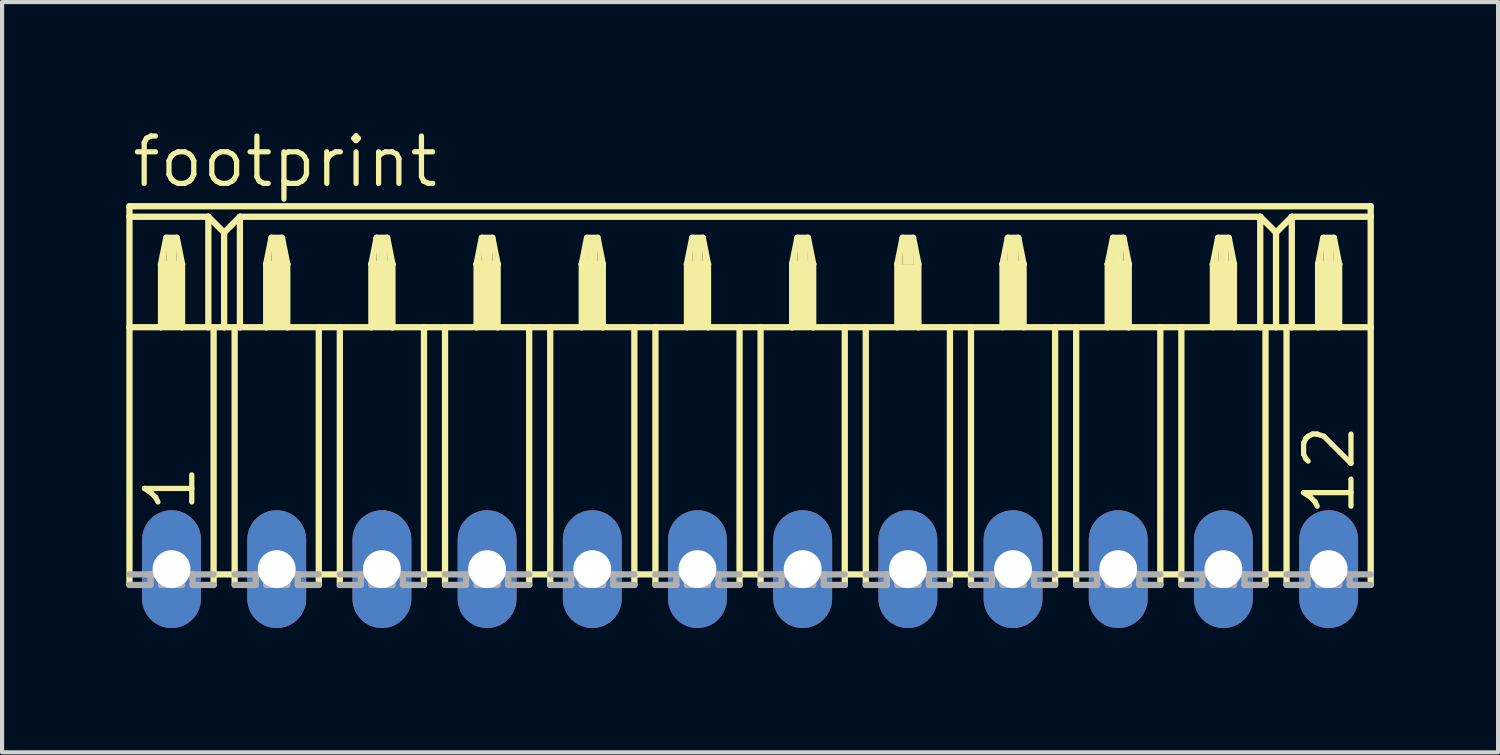
<source format=kicad_pcb>
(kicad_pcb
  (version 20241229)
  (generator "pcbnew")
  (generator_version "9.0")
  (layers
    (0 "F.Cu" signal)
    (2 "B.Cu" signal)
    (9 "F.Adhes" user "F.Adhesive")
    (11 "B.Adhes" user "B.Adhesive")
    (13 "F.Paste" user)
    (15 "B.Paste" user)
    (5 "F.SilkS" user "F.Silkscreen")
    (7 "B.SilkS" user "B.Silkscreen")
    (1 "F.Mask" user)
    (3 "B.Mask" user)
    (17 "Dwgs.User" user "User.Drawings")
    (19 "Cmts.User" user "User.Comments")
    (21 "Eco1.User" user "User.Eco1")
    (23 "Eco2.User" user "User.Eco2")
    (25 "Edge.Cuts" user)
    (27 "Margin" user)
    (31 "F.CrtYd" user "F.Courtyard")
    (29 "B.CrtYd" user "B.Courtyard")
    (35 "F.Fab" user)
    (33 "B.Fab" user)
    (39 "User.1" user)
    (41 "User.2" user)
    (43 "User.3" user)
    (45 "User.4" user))
  (footprint "footprint"
    (layer "F.Cu")
    (at 15.062 10.693)
    (property "Reference" "footprint" (at -14.986 -9.169 0) (layer "F.SilkS") (effects (font (size 1.143 1.143) (thickness 0.127)) (justify left bottom)))
    (fp_line (start -14.986 -8.763) (end -14.986 -8.509) (stroke (width 0.152) (type solid)) (layer "F.SilkS"))
    (fp_line (start -14.986 -8.763) (end 14.986 -8.763) (stroke (width 0.152) (type solid)) (layer "F.SilkS"))
    (fp_line (start -14.986 -8.509) (end -14.986 -5.842) (stroke (width 0.152) (type solid)) (layer "F.SilkS"))
    (fp_line (start -14.986 -8.509) (end -13.081 -8.509) (stroke (width 0.152) (type solid)) (layer "F.SilkS"))
    (fp_line (start -14.986 -5.842) (end -14.986 0.381) (stroke (width 0.152) (type solid)) (layer "F.SilkS"))
    (fp_line (start -14.986 -5.842) (end -14.224 -5.842) (stroke (width 0.152) (type solid)) (layer "F.SilkS"))
    (fp_line (start -14.224 -7.366) (end -14.224 -5.842) (stroke (width 0.152) (type solid)) (layer "F.SilkS"))
    (fp_line (start -14.224 -7.366) (end -14.097 -8.001) (stroke (width 0.152) (type solid)) (layer "F.SilkS"))
    (fp_line (start -14.224 -5.842) (end -13.716 -5.842) (stroke (width 0.152) (type solid)) (layer "F.SilkS"))
    (fp_line (start -14.097 -8.001) (end -13.843 -8.001) (stroke (width 0.152) (type solid)) (layer "F.SilkS"))
    (fp_line (start -13.843 -8.001) (end -13.716 -7.366) (stroke (width 0.152) (type solid)) (layer "F.SilkS"))
    (fp_line (start -13.716 -7.366) (end -14.224 -7.366) (stroke (width 0.152) (type solid)) (layer "F.SilkS"))
    (fp_line (start -13.716 -7.366) (end -13.716 -5.842) (stroke (width 0.152) (type solid)) (layer "F.SilkS"))
    (fp_line (start -13.716 -5.842) (end -13.081 -5.842) (stroke (width 0.152) (type solid)) (layer "F.SilkS"))
    (fp_line (start -13.081 -8.509) (end -13.081 -5.842) (stroke (width 0.152) (type solid)) (layer "F.SilkS"))
    (fp_line (start -13.081 -8.509) (end -12.7 -8.128) (stroke (width 0.152) (type solid)) (layer "F.SilkS"))
    (fp_line (start -13.081 -5.842) (end -12.954 -5.842) (stroke (width 0.152) (type solid)) (layer "F.SilkS"))
    (fp_line (start -12.954 -5.842) (end -12.954 0.127) (stroke (width 0.152) (type solid)) (layer "F.SilkS"))
    (fp_line (start -12.954 -5.842) (end -12.7 -5.842) (stroke (width 0.152) (type solid)) (layer "F.SilkS"))
    (fp_line (start -12.954 0.127) (end -12.954 0.381) (stroke (width 0.152) (type solid)) (layer "F.SilkS"))
    (fp_line (start -12.7 -8.128) (end -12.7 -5.842) (stroke (width 0.152) (type solid)) (layer "F.SilkS"))
    (fp_line (start -12.7 -8.128) (end -12.319 -8.509) (stroke (width 0.152) (type solid)) (layer "F.SilkS"))
    (fp_line (start -12.7 -5.842) (end -12.446 -5.842) (stroke (width 0.152) (type solid)) (layer "F.SilkS"))
    (fp_line (start -12.446 -5.842) (end -12.446 0.127) (stroke (width 0.152) (type solid)) (layer "F.SilkS"))
    (fp_line (start -12.446 -5.842) (end -12.319 -5.842) (stroke (width 0.152) (type solid)) (layer "F.SilkS"))
    (fp_line (start -12.446 0.127) (end -12.954 0.127) (stroke (width 0.152) (type solid)) (layer "F.SilkS"))
    (fp_line (start -12.446 0.127) (end -12.446 0.381) (stroke (width 0.152) (type solid)) (layer "F.SilkS"))
    (fp_line (start -12.319 -8.509) (end -12.319 -5.842) (stroke (width 0.152) (type solid)) (layer "F.SilkS"))
    (fp_line (start -12.319 -8.509) (end 12.319 -8.509) (stroke (width 0.152) (type solid)) (layer "F.SilkS"))
    (fp_line (start -12.319 -5.842) (end -11.684 -5.842) (stroke (width 0.152) (type solid)) (layer "F.SilkS"))
    (fp_line (start -11.684 -7.366) (end -11.684 -5.842) (stroke (width 0.152) (type solid)) (layer "F.SilkS"))
    (fp_line (start -11.684 -7.366) (end -11.557 -8.001) (stroke (width 0.152) (type solid)) (layer "F.SilkS"))
    (fp_line (start -11.684 -5.842) (end -11.176 -5.842) (stroke (width 0.152) (type solid)) (layer "F.SilkS"))
    (fp_line (start -11.557 -8.001) (end -11.303 -8.001) (stroke (width 0.152) (type solid)) (layer "F.SilkS"))
    (fp_line (start -11.303 -8.001) (end -11.176 -7.366) (stroke (width 0.152) (type solid)) (layer "F.SilkS"))
    (fp_line (start -11.176 -7.366) (end -11.684 -7.366) (stroke (width 0.152) (type solid)) (layer "F.SilkS"))
    (fp_line (start -11.176 -7.366) (end -11.176 -5.842) (stroke (width 0.152) (type solid)) (layer "F.SilkS"))
    (fp_line (start -11.176 -5.842) (end -10.414 -5.842) (stroke (width 0.152) (type solid)) (layer "F.SilkS"))
    (fp_line (start -10.414 -5.842) (end -10.414 0.127) (stroke (width 0.152) (type solid)) (layer "F.SilkS"))
    (fp_line (start -10.414 -5.842) (end -9.906 -5.842) (stroke (width 0.152) (type solid)) (layer "F.SilkS"))
    (fp_line (start -10.414 0.127) (end -10.414 0.381) (stroke (width 0.152) (type solid)) (layer "F.SilkS"))
    (fp_line (start -9.906 -5.842) (end -9.906 0.127) (stroke (width 0.152) (type solid)) (layer "F.SilkS"))
    (fp_line (start -9.906 -5.842) (end -9.144 -5.842) (stroke (width 0.152) (type solid)) (layer "F.SilkS"))
    (fp_line (start -9.906 0.127) (end -10.414 0.127) (stroke (width 0.152) (type solid)) (layer "F.SilkS"))
    (fp_line (start -9.906 0.127) (end -9.906 0.381) (stroke (width 0.152) (type solid)) (layer "F.SilkS"))
    (fp_line (start -9.144 -7.366) (end -9.144 -5.842) (stroke (width 0.152) (type solid)) (layer "F.SilkS"))
    (fp_line (start -9.144 -7.366) (end -9.017 -8.001) (stroke (width 0.152) (type solid)) (layer "F.SilkS"))
    (fp_line (start -9.144 -5.842) (end -8.636 -5.842) (stroke (width 0.152) (type solid)) (layer "F.SilkS"))
    (fp_line (start -9.017 -8.001) (end -8.763 -8.001) (stroke (width 0.152) (type solid)) (layer "F.SilkS"))
    (fp_line (start -8.763 -8.001) (end -8.636 -7.366) (stroke (width 0.152) (type solid)) (layer "F.SilkS"))
    (fp_line (start -8.636 -7.366) (end -9.144 -7.366) (stroke (width 0.152) (type solid)) (layer "F.SilkS"))
    (fp_line (start -8.636 -7.366) (end -8.636 -5.842) (stroke (width 0.152) (type solid)) (layer "F.SilkS"))
    (fp_line (start -8.636 -5.842) (end -7.874 -5.842) (stroke (width 0.152) (type solid)) (layer "F.SilkS"))
    (fp_line (start -7.874 -5.842) (end -7.874 0.127) (stroke (width 0.152) (type solid)) (layer "F.SilkS"))
    (fp_line (start -7.874 -5.842) (end -7.366 -5.842) (stroke (width 0.152) (type solid)) (layer "F.SilkS"))
    (fp_line (start -7.874 0.127) (end -7.874 0.381) (stroke (width 0.152) (type solid)) (layer "F.SilkS"))
    (fp_line (start -7.366 -5.842) (end -7.366 0.127) (stroke (width 0.152) (type solid)) (layer "F.SilkS"))
    (fp_line (start -7.366 -5.842) (end -6.604 -5.842) (stroke (width 0.152) (type solid)) (layer "F.SilkS"))
    (fp_line (start -7.366 0.127) (end -7.874 0.127) (stroke (width 0.152) (type solid)) (layer "F.SilkS"))
    (fp_line (start -7.366 0.127) (end -7.366 0.381) (stroke (width 0.152) (type solid)) (layer "F.SilkS"))
    (fp_line (start -6.604 -7.366) (end -6.604 -5.842) (stroke (width 0.152) (type solid)) (layer "F.SilkS"))
    (fp_line (start -6.604 -7.366) (end -6.477 -8.001) (stroke (width 0.152) (type solid)) (layer "F.SilkS"))
    (fp_line (start -6.604 -5.842) (end -6.096 -5.842) (stroke (width 0.152) (type solid)) (layer "F.SilkS"))
    (fp_line (start -6.477 -8.001) (end -6.223 -8.001) (stroke (width 0.152) (type solid)) (layer "F.SilkS"))
    (fp_line (start -6.223 -8.001) (end -6.096 -7.366) (stroke (width 0.152) (type solid)) (layer "F.SilkS"))
    (fp_line (start -6.096 -7.366) (end -6.604 -7.366) (stroke (width 0.152) (type solid)) (layer "F.SilkS"))
    (fp_line (start -6.096 -7.366) (end -6.096 -5.842) (stroke (width 0.152) (type solid)) (layer "F.SilkS"))
    (fp_line (start -6.096 -5.842) (end -5.334 -5.842) (stroke (width 0.152) (type solid)) (layer "F.SilkS"))
    (fp_line (start -5.334 -5.842) (end -5.334 0.127) (stroke (width 0.152) (type solid)) (layer "F.SilkS"))
    (fp_line (start -5.334 -5.842) (end -4.826 -5.842) (stroke (width 0.152) (type solid)) (layer "F.SilkS"))
    (fp_line (start -5.334 0.127) (end -5.334 0.381) (stroke (width 0.152) (type solid)) (layer "F.SilkS"))
    (fp_line (start -4.826 -5.842) (end -4.826 0.127) (stroke (width 0.152) (type solid)) (layer "F.SilkS"))
    (fp_line (start -4.826 -5.842) (end -4.064 -5.842) (stroke (width 0.152) (type solid)) (layer "F.SilkS"))
    (fp_line (start -4.826 0.127) (end -5.334 0.127) (stroke (width 0.152) (type solid)) (layer "F.SilkS"))
    (fp_line (start -4.826 0.127) (end -4.826 0.381) (stroke (width 0.152) (type solid)) (layer "F.SilkS"))
    (fp_line (start -4.064 -7.366) (end -4.064 -5.842) (stroke (width 0.152) (type solid)) (layer "F.SilkS"))
    (fp_line (start -4.064 -7.366) (end -3.937 -8.001) (stroke (width 0.152) (type solid)) (layer "F.SilkS"))
    (fp_line (start -4.064 -5.842) (end -3.556 -5.842) (stroke (width 0.152) (type solid)) (layer "F.SilkS"))
    (fp_line (start -3.937 -8.001) (end -3.683 -8.001) (stroke (width 0.152) (type solid)) (layer "F.SilkS"))
    (fp_line (start -3.683 -8.001) (end -3.556 -7.366) (stroke (width 0.152) (type solid)) (layer "F.SilkS"))
    (fp_line (start -3.556 -7.366) (end -4.064 -7.366) (stroke (width 0.152) (type solid)) (layer "F.SilkS"))
    (fp_line (start -3.556 -7.366) (end -3.556 -5.842) (stroke (width 0.152) (type solid)) (layer "F.SilkS"))
    (fp_line (start -3.556 -5.842) (end -2.794 -5.842) (stroke (width 0.152) (type solid)) (layer "F.SilkS"))
    (fp_line (start -2.794 -5.842) (end -2.794 0.127) (stroke (width 0.152) (type solid)) (layer "F.SilkS"))
    (fp_line (start -2.794 -5.842) (end -2.286 -5.842) (stroke (width 0.152) (type solid)) (layer "F.SilkS"))
    (fp_line (start -2.794 0.127) (end -2.794 0.381) (stroke (width 0.152) (type solid)) (layer "F.SilkS"))
    (fp_line (start -2.286 -5.842) (end -2.286 0.127) (stroke (width 0.152) (type solid)) (layer "F.SilkS"))
    (fp_line (start -2.286 -5.842) (end -1.524 -5.842) (stroke (width 0.152) (type solid)) (layer "F.SilkS"))
    (fp_line (start -2.286 0.127) (end -2.794 0.127) (stroke (width 0.152) (type solid)) (layer "F.SilkS"))
    (fp_line (start -2.286 0.127) (end -2.286 0.381) (stroke (width 0.152) (type solid)) (layer "F.SilkS"))
    (fp_line (start -1.524 -7.366) (end -1.524 -5.842) (stroke (width 0.152) (type solid)) (layer "F.SilkS"))
    (fp_line (start -1.524 -7.366) (end -1.397 -8.001) (stroke (width 0.152) (type solid)) (layer "F.SilkS"))
    (fp_line (start -1.524 -5.842) (end -1.016 -5.842) (stroke (width 0.152) (type solid)) (layer "F.SilkS"))
    (fp_line (start -1.397 -8.001) (end -1.143 -8.001) (stroke (width 0.152) (type solid)) (layer "F.SilkS"))
    (fp_line (start -1.143 -8.001) (end -1.016 -7.366) (stroke (width 0.152) (type solid)) (layer "F.SilkS"))
    (fp_line (start -1.016 -7.366) (end -1.524 -7.366) (stroke (width 0.152) (type solid)) (layer "F.SilkS"))
    (fp_line (start -1.016 -7.366) (end -1.016 -5.842) (stroke (width 0.152) (type solid)) (layer "F.SilkS"))
    (fp_line (start -1.016 -5.842) (end -0.254 -5.842) (stroke (width 0.152) (type solid)) (layer "F.SilkS"))
    (fp_line (start -0.254 -5.842) (end -0.254 0.127) (stroke (width 0.152) (type solid)) (layer "F.SilkS"))
    (fp_line (start -0.254 -5.842) (end 0.254 -5.842) (stroke (width 0.152) (type solid)) (layer "F.SilkS"))
    (fp_line (start -0.254 0.127) (end -0.254 0.381) (stroke (width 0.152) (type solid)) (layer "F.SilkS"))
    (fp_line (start 0.254 -5.842) (end 0.254 0.127) (stroke (width 0.152) (type solid)) (layer "F.SilkS"))
    (fp_line (start 0.254 -5.842) (end 1.016 -5.842) (stroke (width 0.152) (type solid)) (layer "F.SilkS"))
    (fp_line (start 0.254 0.127) (end -0.254 0.127) (stroke (width 0.152) (type solid)) (layer "F.SilkS"))
    (fp_line (start 0.254 0.127) (end 0.254 0.381) (stroke (width 0.152) (type solid)) (layer "F.SilkS"))
    (fp_line (start 1.016 -7.366) (end 1.016 -5.842) (stroke (width 0.152) (type solid)) (layer "F.SilkS"))
    (fp_line (start 1.016 -7.366) (end 1.143 -8.001) (stroke (width 0.152) (type solid)) (layer "F.SilkS"))
    (fp_line (start 1.016 -5.842) (end 1.524 -5.842) (stroke (width 0.152) (type solid)) (layer "F.SilkS"))
    (fp_line (start 1.143 -8.001) (end 1.397 -8.001) (stroke (width 0.152) (type solid)) (layer "F.SilkS"))
    (fp_line (start 1.397 -8.001) (end 1.524 -7.366) (stroke (width 0.152) (type solid)) (layer "F.SilkS"))
    (fp_line (start 1.524 -7.366) (end 1.016 -7.366) (stroke (width 0.152) (type solid)) (layer "F.SilkS"))
    (fp_line (start 1.524 -7.366) (end 1.524 -5.842) (stroke (width 0.152) (type solid)) (layer "F.SilkS"))
    (fp_line (start 1.524 -5.842) (end 2.286 -5.842) (stroke (width 0.152) (type solid)) (layer "F.SilkS"))
    (fp_line (start 2.286 -5.842) (end 2.286 0.127) (stroke (width 0.152) (type solid)) (layer "F.SilkS"))
    (fp_line (start 2.286 -5.842) (end 2.794 -5.842) (stroke (width 0.152) (type solid)) (layer "F.SilkS"))
    (fp_line (start 2.286 0.127) (end 2.286 0.381) (stroke (width 0.152) (type solid)) (layer "F.SilkS"))
    (fp_line (start 2.794 -5.842) (end 2.794 0.127) (stroke (width 0.152) (type solid)) (layer "F.SilkS"))
    (fp_line (start 2.794 -5.842) (end 3.556 -5.842) (stroke (width 0.152) (type solid)) (layer "F.SilkS"))
    (fp_line (start 2.794 0.127) (end 2.286 0.127) (stroke (width 0.152) (type solid)) (layer "F.SilkS"))
    (fp_line (start 2.794 0.127) (end 2.794 0.381) (stroke (width 0.152) (type solid)) (layer "F.SilkS"))
    (fp_line (start 3.556 -7.366) (end 3.556 -5.842) (stroke (width 0.152) (type solid)) (layer "F.SilkS"))
    (fp_line (start 3.556 -7.366) (end 3.683 -8.001) (stroke (width 0.152) (type solid)) (layer "F.SilkS"))
    (fp_line (start 3.556 -5.842) (end 4.064 -5.842) (stroke (width 0.152) (type solid)) (layer "F.SilkS"))
    (fp_line (start 3.683 -8.001) (end 3.937 -8.001) (stroke (width 0.152) (type solid)) (layer "F.SilkS"))
    (fp_line (start 3.937 -8.001) (end 4.064 -7.366) (stroke (width 0.152) (type solid)) (layer "F.SilkS"))
    (fp_line (start 4.064 -7.366) (end 4.064 -5.842) (stroke (width 0.152) (type solid)) (layer "F.SilkS"))
    (fp_line (start 4.064 -5.842) (end 4.826 -5.842) (stroke (width 0.152) (type solid)) (layer "F.SilkS"))
    (fp_line (start 4.826 -5.842) (end 4.826 0.127) (stroke (width 0.152) (type solid)) (layer "F.SilkS"))
    (fp_line (start 4.826 -5.842) (end 7.874 -5.842) (stroke (width 0.152) (type solid)) (layer "F.SilkS"))
    (fp_line (start 4.826 0.127) (end 4.826 0.381) (stroke (width 0.152) (type solid)) (layer "F.SilkS"))
    (fp_line (start 5.334 -5.842) (end 5.334 0.127) (stroke (width 0.152) (type solid)) (layer "F.SilkS"))
    (fp_line (start 5.334 0.127) (end 4.826 0.127) (stroke (width 0.152) (type solid)) (layer "F.SilkS"))
    (fp_line (start 5.334 0.127) (end 5.334 0.381) (stroke (width 0.152) (type solid)) (layer "F.SilkS"))
    (fp_line (start 6.096 -7.366) (end 6.096 -5.842) (stroke (width 0.152) (type solid)) (layer "F.SilkS"))
    (fp_line (start 6.096 -7.366) (end 6.223 -8.001) (stroke (width 0.152) (type solid)) (layer "F.SilkS"))
    (fp_line (start 6.223 -8.001) (end 6.477 -8.001) (stroke (width 0.152) (type solid)) (layer "F.SilkS"))
    (fp_line (start 6.477 -8.001) (end 6.604 -7.366) (stroke (width 0.152) (type solid)) (layer "F.SilkS"))
    (fp_line (start 6.604 -7.366) (end 6.096 -7.366) (stroke (width 0.152) (type solid)) (layer "F.SilkS"))
    (fp_line (start 6.604 -7.366) (end 6.604 -5.842) (stroke (width 0.152) (type solid)) (layer "F.SilkS"))
    (fp_line (start 7.366 -5.842) (end 7.366 0.127) (stroke (width 0.152) (type solid)) (layer "F.SilkS"))
    (fp_line (start 7.366 0.127) (end 7.366 0.381) (stroke (width 0.152) (type solid)) (layer "F.SilkS"))
    (fp_line (start 7.874 -5.842) (end 7.874 0.127) (stroke (width 0.152) (type solid)) (layer "F.SilkS"))
    (fp_line (start 7.874 -5.842) (end 8.636 -5.842) (stroke (width 0.152) (type solid)) (layer "F.SilkS"))
    (fp_line (start 7.874 0.127) (end 7.366 0.127) (stroke (width 0.152) (type solid)) (layer "F.SilkS"))
    (fp_line (start 7.874 0.127) (end 7.874 0.381) (stroke (width 0.152) (type solid)) (layer "F.SilkS"))
    (fp_line (start 8.636 -7.366) (end 8.636 -5.842) (stroke (width 0.152) (type solid)) (layer "F.SilkS"))
    (fp_line (start 8.636 -7.366) (end 8.763 -8.001) (stroke (width 0.152) (type solid)) (layer "F.SilkS"))
    (fp_line (start 8.636 -5.842) (end 9.144 -5.842) (stroke (width 0.152) (type solid)) (layer "F.SilkS"))
    (fp_line (start 8.763 -8.001) (end 9.017 -8.001) (stroke (width 0.152) (type solid)) (layer "F.SilkS"))
    (fp_line (start 9.017 -8.001) (end 9.144 -7.366) (stroke (width 0.152) (type solid)) (layer "F.SilkS"))
    (fp_line (start 9.144 -7.366) (end 8.636 -7.366) (stroke (width 0.152) (type solid)) (layer "F.SilkS"))
    (fp_line (start 9.144 -7.366) (end 9.144 -5.842) (stroke (width 0.152) (type solid)) (layer "F.SilkS"))
    (fp_line (start 9.144 -5.842) (end 9.906 -5.842) (stroke (width 0.152) (type solid)) (layer "F.SilkS"))
    (fp_line (start 9.906 -5.842) (end 9.906 0.127) (stroke (width 0.152) (type solid)) (layer "F.SilkS"))
    (fp_line (start 9.906 -5.842) (end 12.319 -5.842) (stroke (width 0.152) (type solid)) (layer "F.SilkS"))
    (fp_line (start 9.906 0.127) (end 9.906 0.381) (stroke (width 0.152) (type solid)) (layer "F.SilkS"))
    (fp_line (start 10.414 -5.842) (end 10.414 0.127) (stroke (width 0.152) (type solid)) (layer "F.SilkS"))
    (fp_line (start 10.414 0.127) (end 9.906 0.127) (stroke (width 0.152) (type solid)) (layer "F.SilkS"))
    (fp_line (start 10.414 0.127) (end 10.414 0.381) (stroke (width 0.152) (type solid)) (layer "F.SilkS"))
    (fp_line (start 11.176 -7.366) (end 11.176 -5.842) (stroke (width 0.152) (type solid)) (layer "F.SilkS"))
    (fp_line (start 11.176 -7.366) (end 11.303 -8.001) (stroke (width 0.152) (type solid)) (layer "F.SilkS"))
    (fp_line (start 11.303 -8.001) (end 11.557 -8.001) (stroke (width 0.152) (type solid)) (layer "F.SilkS"))
    (fp_line (start 11.557 -8.001) (end 11.684 -7.366) (stroke (width 0.152) (type solid)) (layer "F.SilkS"))
    (fp_line (start 11.684 -7.366) (end 11.176 -7.366) (stroke (width 0.152) (type solid)) (layer "F.SilkS"))
    (fp_line (start 11.684 -7.366) (end 11.684 -5.842) (stroke (width 0.152) (type solid)) (layer "F.SilkS"))
    (fp_line (start 12.319 -8.509) (end 12.319 -5.842) (stroke (width 0.152) (type solid)) (layer "F.SilkS"))
    (fp_line (start 12.319 -8.509) (end 12.7 -8.128) (stroke (width 0.152) (type solid)) (layer "F.SilkS"))
    (fp_line (start 12.319 -5.842) (end 12.446 -5.842) (stroke (width 0.152) (type solid)) (layer "F.SilkS"))
    (fp_line (start 12.446 -5.842) (end 12.446 0.127) (stroke (width 0.152) (type solid)) (layer "F.SilkS"))
    (fp_line (start 12.446 -5.842) (end 12.7 -5.842) (stroke (width 0.152) (type solid)) (layer "F.SilkS"))
    (fp_line (start 12.446 0.127) (end 12.446 0.381) (stroke (width 0.152) (type solid)) (layer "F.SilkS"))
    (fp_line (start 12.7 -8.128) (end 12.7 -5.842) (stroke (width 0.152) (type solid)) (layer "F.SilkS"))
    (fp_line (start 12.7 -8.128) (end 13.081 -8.509) (stroke (width 0.152) (type solid)) (layer "F.SilkS"))
    (fp_line (start 12.7 -5.842) (end 12.954 -5.842) (stroke (width 0.152) (type solid)) (layer "F.SilkS"))
    (fp_line (start 12.954 -5.842) (end 12.954 0.127) (stroke (width 0.152) (type solid)) (layer "F.SilkS"))
    (fp_line (start 12.954 -5.842) (end 13.081 -5.842) (stroke (width 0.152) (type solid)) (layer "F.SilkS"))
    (fp_line (start 12.954 0.127) (end 12.446 0.127) (stroke (width 0.152) (type solid)) (layer "F.SilkS"))
    (fp_line (start 12.954 0.127) (end 12.954 0.381) (stroke (width 0.152) (type solid)) (layer "F.SilkS"))
    (fp_line (start 13.081 -8.509) (end 13.081 -5.842) (stroke (width 0.152) (type solid)) (layer "F.SilkS"))
    (fp_line (start 13.081 -8.509) (end 14.986 -8.509) (stroke (width 0.152) (type solid)) (layer "F.SilkS"))
    (fp_line (start 13.081 -5.842) (end 13.716 -5.842) (stroke (width 0.152) (type solid)) (layer "F.SilkS"))
    (fp_line (start 13.716 -7.366) (end 13.716 -5.842) (stroke (width 0.152) (type solid)) (layer "F.SilkS"))
    (fp_line (start 13.716 -7.366) (end 13.843 -8.001) (stroke (width 0.152) (type solid)) (layer "F.SilkS"))
    (fp_line (start 13.716 -5.842) (end 14.224 -5.842) (stroke (width 0.152) (type solid)) (layer "F.SilkS"))
    (fp_line (start 13.843 -8.001) (end 14.097 -8.001) (stroke (width 0.152) (type solid)) (layer "F.SilkS"))
    (fp_line (start 14.097 -8.001) (end 14.224 -7.366) (stroke (width 0.152) (type solid)) (layer "F.SilkS"))
    (fp_line (start 14.224 -7.366) (end 13.716 -7.366) (stroke (width 0.152) (type solid)) (layer "F.SilkS"))
    (fp_line (start 14.224 -7.366) (end 14.224 -5.842) (stroke (width 0.152) (type solid)) (layer "F.SilkS"))
    (fp_line (start 14.224 -5.842) (end 14.986 -5.842) (stroke (width 0.152) (type solid)) (layer "F.SilkS"))
    (fp_line (start 14.986 -8.509) (end 14.986 -8.763) (stroke (width 0.152) (type solid)) (layer "F.SilkS"))
    (fp_line (start 14.986 -5.842) (end 14.986 -8.509) (stroke (width 0.152) (type solid)) (layer "F.SilkS"))
    (fp_line (start 14.986 -5.842) (end 14.986 0.381) (stroke (width 0.152) (type solid)) (layer "F.SilkS"))
    (fp_poly (pts (xy -14.224 -7.366) (xy -14.097 -7.366) (xy -14.097 -7.62) (xy -14.224 -7.62)) (stroke (width 0) (type solid)) (fill yes) (layer "F.SilkS"))
    (fp_poly (pts (xy -14.224 -5.842) (xy -13.716 -5.842) (xy -13.716 -7.366) (xy -14.224 -7.366)) (stroke (width 0) (type solid)) (fill yes) (layer "F.SilkS"))
    (fp_poly (pts (xy -14.097 -7.366) (xy -13.843 -7.366) (xy -13.843 -8.001) (xy -14.097 -8.001)) (stroke (width 0) (type solid)) (fill yes) (layer "F.SilkS"))
    (fp_poly (pts (xy -13.843 -7.366) (xy -13.716 -7.366) (xy -13.716 -7.62) (xy -13.843 -7.62)) (stroke (width 0) (type solid)) (fill yes) (layer "F.SilkS"))
    (fp_poly (pts (xy -11.684 -7.366) (xy -11.557 -7.366) (xy -11.557 -7.62) (xy -11.684 -7.62)) (stroke (width 0) (type solid)) (fill yes) (layer "F.SilkS"))
    (fp_poly (pts (xy -11.684 -5.842) (xy -11.176 -5.842) (xy -11.176 -7.366) (xy -11.684 -7.366)) (stroke (width 0) (type solid)) (fill yes) (layer "F.SilkS"))
    (fp_poly (pts (xy -11.557 -7.366) (xy -11.303 -7.366) (xy -11.303 -8.001) (xy -11.557 -8.001)) (stroke (width 0) (type solid)) (fill yes) (layer "F.SilkS"))
    (fp_poly (pts (xy -11.303 -7.366) (xy -11.176 -7.366) (xy -11.176 -7.62) (xy -11.303 -7.62)) (stroke (width 0) (type solid)) (fill yes) (layer "F.SilkS"))
    (fp_poly (pts (xy -9.144 -7.366) (xy -9.017 -7.366) (xy -9.017 -7.62) (xy -9.144 -7.62)) (stroke (width 0) (type solid)) (fill yes) (layer "F.SilkS"))
    (fp_poly (pts (xy -9.144 -5.842) (xy -8.636 -5.842) (xy -8.636 -7.366) (xy -9.144 -7.366)) (stroke (width 0) (type solid)) (fill yes) (layer "F.SilkS"))
    (fp_poly (pts (xy -9.017 -7.366) (xy -8.763 -7.366) (xy -8.763 -8.001) (xy -9.017 -8.001)) (stroke (width 0) (type solid)) (fill yes) (layer "F.SilkS"))
    (fp_poly (pts (xy -8.763 -7.366) (xy -8.636 -7.366) (xy -8.636 -7.62) (xy -8.763 -7.62)) (stroke (width 0) (type solid)) (fill yes) (layer "F.SilkS"))
    (fp_poly (pts (xy -6.604 -7.366) (xy -6.477 -7.366) (xy -6.477 -7.62) (xy -6.604 -7.62)) (stroke (width 0) (type solid)) (fill yes) (layer "F.SilkS"))
    (fp_poly (pts (xy -6.604 -5.842) (xy -6.096 -5.842) (xy -6.096 -7.366) (xy -6.604 -7.366)) (stroke (width 0) (type solid)) (fill yes) (layer "F.SilkS"))
    (fp_poly (pts (xy -6.477 -7.366) (xy -6.223 -7.366) (xy -6.223 -8.001) (xy -6.477 -8.001)) (stroke (width 0) (type solid)) (fill yes) (layer "F.SilkS"))
    (fp_poly (pts (xy -6.223 -7.366) (xy -6.096 -7.366) (xy -6.096 -7.62) (xy -6.223 -7.62)) (stroke (width 0) (type solid)) (fill yes) (layer "F.SilkS"))
    (fp_poly (pts (xy -4.064 -7.366) (xy -3.937 -7.366) (xy -3.937 -7.62) (xy -4.064 -7.62)) (stroke (width 0) (type solid)) (fill yes) (layer "F.SilkS"))
    (fp_poly (pts (xy -4.064 -5.842) (xy -3.556 -5.842) (xy -3.556 -7.366) (xy -4.064 -7.366)) (stroke (width 0) (type solid)) (fill yes) (layer "F.SilkS"))
    (fp_poly (pts (xy -3.937 -7.366) (xy -3.683 -7.366) (xy -3.683 -8.001) (xy -3.937 -8.001)) (stroke (width 0) (type solid)) (fill yes) (layer "F.SilkS"))
    (fp_poly (pts (xy -3.683 -7.366) (xy -3.556 -7.366) (xy -3.556 -7.62) (xy -3.683 -7.62)) (stroke (width 0) (type solid)) (fill yes) (layer "F.SilkS"))
    (fp_poly (pts (xy -1.524 -7.366) (xy -1.397 -7.366) (xy -1.397 -7.62) (xy -1.524 -7.62)) (stroke (width 0) (type solid)) (fill yes) (layer "F.SilkS"))
    (fp_poly (pts (xy -1.524 -5.842) (xy -1.016 -5.842) (xy -1.016 -7.366) (xy -1.524 -7.366)) (stroke (width 0) (type solid)) (fill yes) (layer "F.SilkS"))
    (fp_poly (pts (xy -1.397 -7.366) (xy -1.143 -7.366) (xy -1.143 -8.001) (xy -1.397 -8.001)) (stroke (width 0) (type solid)) (fill yes) (layer "F.SilkS"))
    (fp_poly (pts (xy -1.143 -7.366) (xy -1.016 -7.366) (xy -1.016 -7.62) (xy -1.143 -7.62)) (stroke (width 0) (type solid)) (fill yes) (layer "F.SilkS"))
    (fp_poly (pts (xy 1.016 -7.366) (xy 1.143 -7.366) (xy 1.143 -7.62) (xy 1.016 -7.62)) (stroke (width 0) (type solid)) (fill yes) (layer "F.SilkS"))
    (fp_poly (pts (xy 1.016 -5.842) (xy 1.524 -5.842) (xy 1.524 -7.366) (xy 1.016 -7.366)) (stroke (width 0) (type solid)) (fill yes) (layer "F.SilkS"))
    (fp_poly (pts (xy 1.143 -7.366) (xy 1.397 -7.366) (xy 1.397 -8.001) (xy 1.143 -8.001)) (stroke (width 0) (type solid)) (fill yes) (layer "F.SilkS"))
    (fp_poly (pts (xy 1.397 -7.366) (xy 1.524 -7.366) (xy 1.524 -7.62) (xy 1.397 -7.62)) (stroke (width 0) (type solid)) (fill yes) (layer "F.SilkS"))
    (fp_poly (pts (xy 3.556 -7.366) (xy 3.683 -7.366) (xy 3.683 -7.62) (xy 3.556 -7.62)) (stroke (width 0) (type solid)) (fill yes) (layer "F.SilkS"))
    (fp_poly (pts (xy 3.556 -5.842) (xy 4.064 -5.842) (xy 4.064 -7.366) (xy 3.556 -7.366)) (stroke (width 0) (type solid)) (fill yes) (layer "F.SilkS"))
    (fp_poly (pts (xy 3.683 -7.366) (xy 3.937 -7.366) (xy 3.937 -8.001) (xy 3.683 -8.001)) (stroke (width 0) (type solid)) (fill yes) (layer "F.SilkS"))
    (fp_poly (pts (xy 3.937 -7.366) (xy 4.064 -7.366) (xy 4.064 -7.62) (xy 3.937 -7.62)) (stroke (width 0) (type solid)) (fill yes) (layer "F.SilkS"))
    (fp_poly (pts (xy 6.096 -7.366) (xy 6.223 -7.366) (xy 6.223 -7.62) (xy 6.096 -7.62)) (stroke (width 0) (type solid)) (fill yes) (layer "F.SilkS"))
    (fp_poly (pts (xy 6.096 -5.842) (xy 6.604 -5.842) (xy 6.604 -7.366) (xy 6.096 -7.366)) (stroke (width 0) (type solid)) (fill yes) (layer "F.SilkS"))
    (fp_poly (pts (xy 6.223 -7.366) (xy 6.477 -7.366) (xy 6.477 -8.001) (xy 6.223 -8.001)) (stroke (width 0) (type solid)) (fill yes) (layer "F.SilkS"))
    (fp_poly (pts (xy 6.477 -7.366) (xy 6.604 -7.366) (xy 6.604 -7.62) (xy 6.477 -7.62)) (stroke (width 0) (type solid)) (fill yes) (layer "F.SilkS"))
    (fp_poly (pts (xy 8.636 -7.366) (xy 8.763 -7.366) (xy 8.763 -7.62) (xy 8.636 -7.62)) (stroke (width 0) (type solid)) (fill yes) (layer "F.SilkS"))
    (fp_poly (pts (xy 8.636 -5.842) (xy 9.144 -5.842) (xy 9.144 -7.366) (xy 8.636 -7.366)) (stroke (width 0) (type solid)) (fill yes) (layer "F.SilkS"))
    (fp_poly (pts (xy 8.763 -7.366) (xy 9.017 -7.366) (xy 9.017 -8.001) (xy 8.763 -8.001)) (stroke (width 0) (type solid)) (fill yes) (layer "F.SilkS"))
    (fp_poly (pts (xy 9.017 -7.366) (xy 9.144 -7.366) (xy 9.144 -7.62) (xy 9.017 -7.62)) (stroke (width 0) (type solid)) (fill yes) (layer "F.SilkS"))
    (fp_poly (pts (xy 11.176 -7.366) (xy 11.303 -7.366) (xy 11.303 -7.62) (xy 11.176 -7.62)) (stroke (width 0) (type solid)) (fill yes) (layer "F.SilkS"))
    (fp_poly (pts (xy 11.176 -5.842) (xy 11.684 -5.842) (xy 11.684 -7.366) (xy 11.176 -7.366)) (stroke (width 0) (type solid)) (fill yes) (layer "F.SilkS"))
    (fp_poly (pts (xy 11.303 -7.366) (xy 11.557 -7.366) (xy 11.557 -8.001) (xy 11.303 -8.001)) (stroke (width 0) (type solid)) (fill yes) (layer "F.SilkS"))
    (fp_poly (pts (xy 11.557 -7.366) (xy 11.684 -7.366) (xy 11.684 -7.62) (xy 11.557 -7.62)) (stroke (width 0) (type solid)) (fill yes) (layer "F.SilkS"))
    (fp_poly (pts (xy 13.716 -7.366) (xy 13.843 -7.366) (xy 13.843 -7.62) (xy 13.716 -7.62)) (stroke (width 0) (type solid)) (fill yes) (layer "F.SilkS"))
    (fp_poly (pts (xy 13.716 -5.842) (xy 14.224 -5.842) (xy 14.224 -7.366) (xy 13.716 -7.366)) (stroke (width 0) (type solid)) (fill yes) (layer "F.SilkS"))
    (fp_poly (pts (xy 13.843 -7.366) (xy 14.097 -7.366) (xy 14.097 -8.001) (xy 13.843 -8.001)) (stroke (width 0) (type solid)) (fill yes) (layer "F.SilkS"))
    (fp_poly (pts (xy 14.097 -7.366) (xy 14.224 -7.366) (xy 14.224 -7.62) (xy 14.097 -7.62)) (stroke (width 0) (type solid)) (fill yes) (layer "F.SilkS"))
    (fp_line (start -14.986 0.127) (end -14.478 0.127) (stroke (width 0.152) (type solid)) (layer "F.Fab"))
    (fp_line (start -14.478 0.381) (end -14.986 0.381) (stroke (width 0.152) (type solid)) (layer "F.Fab"))
    (fp_line (start -14.478 0.381) (end -14.478 0.127) (stroke (width 0.152) (type solid)) (layer "F.Fab"))
    (fp_line (start -14.224 0.127) (end -14.478 0.127) (stroke (width 0.152) (type solid)) (layer "F.Fab"))
    (fp_line (start -14.224 0.381) (end -14.224 0.127) (stroke (width 0.152) (type solid)) (layer "F.Fab"))
    (fp_line (start -13.716 0.381) (end -14.224 0.381) (stroke (width 0.152) (type solid)) (layer "F.Fab"))
    (fp_line (start -13.716 0.381) (end -13.716 0.127) (stroke (width 0.152) (type solid)) (layer "F.Fab"))
    (fp_line (start -13.462 0.127) (end -13.716 0.127) (stroke (width 0.152) (type solid)) (layer "F.Fab"))
    (fp_line (start -13.462 0.381) (end -13.462 0.127) (stroke (width 0.152) (type solid)) (layer "F.Fab"))
    (fp_line (start -12.954 0.127) (end -13.462 0.127) (stroke (width 0.152) (type solid)) (layer "F.Fab"))
    (fp_line (start -12.954 0.381) (end -13.462 0.381) (stroke (width 0.152) (type solid)) (layer "F.Fab"))
    (fp_line (start -12.446 0.127) (end -11.938 0.127) (stroke (width 0.152) (type solid)) (layer "F.Fab"))
    (fp_line (start -11.938 0.381) (end -12.446 0.381) (stroke (width 0.152) (type solid)) (layer "F.Fab"))
    (fp_line (start -11.938 0.381) (end -11.938 0.127) (stroke (width 0.152) (type solid)) (layer "F.Fab"))
    (fp_line (start -11.684 0.127) (end -11.938 0.127) (stroke (width 0.152) (type solid)) (layer "F.Fab"))
    (fp_line (start -11.684 0.381) (end -11.684 0.127) (stroke (width 0.152) (type solid)) (layer "F.Fab"))
    (fp_line (start -11.176 0.381) (end -11.684 0.381) (stroke (width 0.152) (type solid)) (layer "F.Fab"))
    (fp_line (start -11.176 0.381) (end -11.176 0.127) (stroke (width 0.152) (type solid)) (layer "F.Fab"))
    (fp_line (start -10.922 0.127) (end -11.176 0.127) (stroke (width 0.152) (type solid)) (layer "F.Fab"))
    (fp_line (start -10.922 0.381) (end -10.922 0.127) (stroke (width 0.152) (type solid)) (layer "F.Fab"))
    (fp_line (start -10.414 0.127) (end -10.922 0.127) (stroke (width 0.152) (type solid)) (layer "F.Fab"))
    (fp_line (start -10.414 0.381) (end -10.922 0.381) (stroke (width 0.152) (type solid)) (layer "F.Fab"))
    (fp_line (start -9.906 0.127) (end -9.398 0.127) (stroke (width 0.152) (type solid)) (layer "F.Fab"))
    (fp_line (start -9.398 0.381) (end -9.906 0.381) (stroke (width 0.152) (type solid)) (layer "F.Fab"))
    (fp_line (start -9.398 0.381) (end -9.398 0.127) (stroke (width 0.152) (type solid)) (layer "F.Fab"))
    (fp_line (start -9.144 0.127) (end -9.398 0.127) (stroke (width 0.152) (type solid)) (layer "F.Fab"))
    (fp_line (start -9.144 0.381) (end -9.144 0.127) (stroke (width 0.152) (type solid)) (layer "F.Fab"))
    (fp_line (start -8.636 0.381) (end -9.144 0.381) (stroke (width 0.152) (type solid)) (layer "F.Fab"))
    (fp_line (start -8.636 0.381) (end -8.636 0.127) (stroke (width 0.152) (type solid)) (layer "F.Fab"))
    (fp_line (start -8.382 0.127) (end -8.636 0.127) (stroke (width 0.152) (type solid)) (layer "F.Fab"))
    (fp_line (start -8.382 0.381) (end -8.382 0.127) (stroke (width 0.152) (type solid)) (layer "F.Fab"))
    (fp_line (start -7.874 0.127) (end -8.382 0.127) (stroke (width 0.152) (type solid)) (layer "F.Fab"))
    (fp_line (start -7.874 0.381) (end -8.382 0.381) (stroke (width 0.152) (type solid)) (layer "F.Fab"))
    (fp_line (start -7.366 0.127) (end -6.858 0.127) (stroke (width 0.152) (type solid)) (layer "F.Fab"))
    (fp_line (start -6.858 0.381) (end -7.366 0.381) (stroke (width 0.152) (type solid)) (layer "F.Fab"))
    (fp_line (start -6.858 0.381) (end -6.858 0.127) (stroke (width 0.152) (type solid)) (layer "F.Fab"))
    (fp_line (start -6.604 0.127) (end -6.858 0.127) (stroke (width 0.152) (type solid)) (layer "F.Fab"))
    (fp_line (start -6.604 0.381) (end -6.604 0.127) (stroke (width 0.152) (type solid)) (layer "F.Fab"))
    (fp_line (start -6.096 0.381) (end -6.604 0.381) (stroke (width 0.152) (type solid)) (layer "F.Fab"))
    (fp_line (start -6.096 0.381) (end -6.096 0.127) (stroke (width 0.152) (type solid)) (layer "F.Fab"))
    (fp_line (start -5.842 0.127) (end -6.096 0.127) (stroke (width 0.152) (type solid)) (layer "F.Fab"))
    (fp_line (start -5.842 0.381) (end -5.842 0.127) (stroke (width 0.152) (type solid)) (layer "F.Fab"))
    (fp_line (start -5.334 0.127) (end -5.842 0.127) (stroke (width 0.152) (type solid)) (layer "F.Fab"))
    (fp_line (start -5.334 0.381) (end -5.842 0.381) (stroke (width 0.152) (type solid)) (layer "F.Fab"))
    (fp_line (start -4.826 0.127) (end -4.318 0.127) (stroke (width 0.152) (type solid)) (layer "F.Fab"))
    (fp_line (start -4.318 0.381) (end -4.826 0.381) (stroke (width 0.152) (type solid)) (layer "F.Fab"))
    (fp_line (start -4.318 0.381) (end -4.318 0.127) (stroke (width 0.152) (type solid)) (layer "F.Fab"))
    (fp_line (start -4.064 0.127) (end -4.318 0.127) (stroke (width 0.152) (type solid)) (layer "F.Fab"))
    (fp_line (start -4.064 0.381) (end -4.064 0.127) (stroke (width 0.152) (type solid)) (layer "F.Fab"))
    (fp_line (start -3.556 0.381) (end -4.064 0.381) (stroke (width 0.152) (type solid)) (layer "F.Fab"))
    (fp_line (start -3.556 0.381) (end -3.556 0.127) (stroke (width 0.152) (type solid)) (layer "F.Fab"))
    (fp_line (start -3.302 0.127) (end -3.556 0.127) (stroke (width 0.152) (type solid)) (layer "F.Fab"))
    (fp_line (start -3.302 0.381) (end -3.302 0.127) (stroke (width 0.152) (type solid)) (layer "F.Fab"))
    (fp_line (start -2.794 0.127) (end -3.302 0.127) (stroke (width 0.152) (type solid)) (layer "F.Fab"))
    (fp_line (start -2.794 0.381) (end -3.302 0.381) (stroke (width 0.152) (type solid)) (layer "F.Fab"))
    (fp_line (start -2.286 0.127) (end -1.778 0.127) (stroke (width 0.152) (type solid)) (layer "F.Fab"))
    (fp_line (start -1.778 0.381) (end -2.286 0.381) (stroke (width 0.152) (type solid)) (layer "F.Fab"))
    (fp_line (start -1.778 0.381) (end -1.778 0.127) (stroke (width 0.152) (type solid)) (layer "F.Fab"))
    (fp_line (start -1.524 0.127) (end -1.778 0.127) (stroke (width 0.152) (type solid)) (layer "F.Fab"))
    (fp_line (start -1.524 0.381) (end -1.524 0.127) (stroke (width 0.152) (type solid)) (layer "F.Fab"))
    (fp_line (start -1.016 0.381) (end -1.524 0.381) (stroke (width 0.152) (type solid)) (layer "F.Fab"))
    (fp_line (start -1.016 0.381) (end -1.016 0.127) (stroke (width 0.152) (type solid)) (layer "F.Fab"))
    (fp_line (start -0.762 0.127) (end -1.016 0.127) (stroke (width 0.152) (type solid)) (layer "F.Fab"))
    (fp_line (start -0.762 0.381) (end -0.762 0.127) (stroke (width 0.152) (type solid)) (layer "F.Fab"))
    (fp_line (start -0.254 0.127) (end -0.762 0.127) (stroke (width 0.152) (type solid)) (layer "F.Fab"))
    (fp_line (start -0.254 0.381) (end -0.762 0.381) (stroke (width 0.152) (type solid)) (layer "F.Fab"))
    (fp_line (start 0.254 0.127) (end 0.762 0.127) (stroke (width 0.152) (type solid)) (layer "F.Fab"))
    (fp_line (start 0.762 0.381) (end 0.254 0.381) (stroke (width 0.152) (type solid)) (layer "F.Fab"))
    (fp_line (start 0.762 0.381) (end 0.762 0.127) (stroke (width 0.152) (type solid)) (layer "F.Fab"))
    (fp_line (start 1.016 0.127) (end 0.762 0.127) (stroke (width 0.152) (type solid)) (layer "F.Fab"))
    (fp_line (start 1.016 0.381) (end 1.016 0.127) (stroke (width 0.152) (type solid)) (layer "F.Fab"))
    (fp_line (start 1.524 0.381) (end 1.016 0.381) (stroke (width 0.152) (type solid)) (layer "F.Fab"))
    (fp_line (start 1.524 0.381) (end 1.524 0.127) (stroke (width 0.152) (type solid)) (layer "F.Fab"))
    (fp_line (start 1.778 0.127) (end 1.524 0.127) (stroke (width 0.152) (type solid)) (layer "F.Fab"))
    (fp_line (start 1.778 0.381) (end 1.778 0.127) (stroke (width 0.152) (type solid)) (layer "F.Fab"))
    (fp_line (start 2.286 0.127) (end 1.778 0.127) (stroke (width 0.152) (type solid)) (layer "F.Fab"))
    (fp_line (start 2.286 0.381) (end 1.778 0.381) (stroke (width 0.152) (type solid)) (layer "F.Fab"))
    (fp_line (start 2.794 0.127) (end 3.302 0.127) (stroke (width 0.152) (type solid)) (layer "F.Fab"))
    (fp_line (start 3.302 0.381) (end 2.794 0.381) (stroke (width 0.152) (type solid)) (layer "F.Fab"))
    (fp_line (start 3.302 0.381) (end 3.302 0.127) (stroke (width 0.152) (type solid)) (layer "F.Fab"))
    (fp_line (start 3.556 0.127) (end 3.302 0.127) (stroke (width 0.152) (type solid)) (layer "F.Fab"))
    (fp_line (start 3.556 0.381) (end 3.556 0.127) (stroke (width 0.152) (type solid)) (layer "F.Fab"))
    (fp_line (start 4.064 0.381) (end 3.556 0.381) (stroke (width 0.152) (type solid)) (layer "F.Fab"))
    (fp_line (start 4.064 0.381) (end 4.064 0.127) (stroke (width 0.152) (type solid)) (layer "F.Fab"))
    (fp_line (start 4.318 0.127) (end 4.064 0.127) (stroke (width 0.152) (type solid)) (layer "F.Fab"))
    (fp_line (start 4.318 0.381) (end 4.318 0.127) (stroke (width 0.152) (type solid)) (layer "F.Fab"))
    (fp_line (start 4.826 0.127) (end 4.318 0.127) (stroke (width 0.152) (type solid)) (layer "F.Fab"))
    (fp_line (start 4.826 0.381) (end 4.318 0.381) (stroke (width 0.152) (type solid)) (layer "F.Fab"))
    (fp_line (start 5.334 0.127) (end 5.842 0.127) (stroke (width 0.152) (type solid)) (layer "F.Fab"))
    (fp_line (start 5.842 0.381) (end 5.334 0.381) (stroke (width 0.152) (type solid)) (layer "F.Fab"))
    (fp_line (start 5.842 0.381) (end 5.842 0.127) (stroke (width 0.152) (type solid)) (layer "F.Fab"))
    (fp_line (start 6.096 0.127) (end 5.842 0.127) (stroke (width 0.152) (type solid)) (layer "F.Fab"))
    (fp_line (start 6.096 0.381) (end 6.096 0.127) (stroke (width 0.152) (type solid)) (layer "F.Fab"))
    (fp_line (start 6.604 0.381) (end 6.096 0.381) (stroke (width 0.152) (type solid)) (layer "F.Fab"))
    (fp_line (start 6.604 0.381) (end 6.604 0.127) (stroke (width 0.152) (type solid)) (layer "F.Fab"))
    (fp_line (start 6.858 0.127) (end 6.604 0.127) (stroke (width 0.152) (type solid)) (layer "F.Fab"))
    (fp_line (start 6.858 0.381) (end 6.858 0.127) (stroke (width 0.152) (type solid)) (layer "F.Fab"))
    (fp_line (start 7.366 0.127) (end 6.858 0.127) (stroke (width 0.152) (type solid)) (layer "F.Fab"))
    (fp_line (start 7.366 0.381) (end 6.858 0.381) (stroke (width 0.152) (type solid)) (layer "F.Fab"))
    (fp_line (start 7.874 0.127) (end 8.382 0.127) (stroke (width 0.152) (type solid)) (layer "F.Fab"))
    (fp_line (start 8.382 0.381) (end 7.874 0.381) (stroke (width 0.152) (type solid)) (layer "F.Fab"))
    (fp_line (start 8.382 0.381) (end 8.382 0.127) (stroke (width 0.152) (type solid)) (layer "F.Fab"))
    (fp_line (start 8.636 0.127) (end 8.382 0.127) (stroke (width 0.152) (type solid)) (layer "F.Fab"))
    (fp_line (start 8.636 0.381) (end 8.636 0.127) (stroke (width 0.152) (type solid)) (layer "F.Fab"))
    (fp_line (start 9.144 0.381) (end 8.636 0.381) (stroke (width 0.152) (type solid)) (layer "F.Fab"))
    (fp_line (start 9.144 0.381) (end 9.144 0.127) (stroke (width 0.152) (type solid)) (layer "F.Fab"))
    (fp_line (start 9.398 0.127) (end 9.144 0.127) (stroke (width 0.152) (type solid)) (layer "F.Fab"))
    (fp_line (start 9.398 0.381) (end 9.398 0.127) (stroke (width 0.152) (type solid)) (layer "F.Fab"))
    (fp_line (start 9.906 0.127) (end 9.398 0.127) (stroke (width 0.152) (type solid)) (layer "F.Fab"))
    (fp_line (start 9.906 0.381) (end 9.398 0.381) (stroke (width 0.152) (type solid)) (layer "F.Fab"))
    (fp_line (start 10.414 0.127) (end 10.922 0.127) (stroke (width 0.152) (type solid)) (layer "F.Fab"))
    (fp_line (start 10.922 0.381) (end 10.414 0.381) (stroke (width 0.152) (type solid)) (layer "F.Fab"))
    (fp_line (start 10.922 0.381) (end 10.922 0.127) (stroke (width 0.152) (type solid)) (layer "F.Fab"))
    (fp_line (start 11.176 0.127) (end 10.922 0.127) (stroke (width 0.152) (type solid)) (layer "F.Fab"))
    (fp_line (start 11.176 0.381) (end 11.176 0.127) (stroke (width 0.152) (type solid)) (layer "F.Fab"))
    (fp_line (start 11.684 0.381) (end 11.176 0.381) (stroke (width 0.152) (type solid)) (layer "F.Fab"))
    (fp_line (start 11.684 0.381) (end 11.684 0.127) (stroke (width 0.152) (type solid)) (layer "F.Fab"))
    (fp_line (start 11.938 0.127) (end 11.684 0.127) (stroke (width 0.152) (type solid)) (layer "F.Fab"))
    (fp_line (start 11.938 0.381) (end 11.938 0.127) (stroke (width 0.152) (type solid)) (layer "F.Fab"))
    (fp_line (start 12.446 0.127) (end 11.938 0.127) (stroke (width 0.152) (type solid)) (layer "F.Fab"))
    (fp_line (start 12.446 0.381) (end 11.938 0.381) (stroke (width 0.152) (type solid)) (layer "F.Fab"))
    (fp_line (start 12.954 0.127) (end 13.462 0.127) (stroke (width 0.152) (type solid)) (layer "F.Fab"))
    (fp_line (start 13.462 0.381) (end 12.954 0.381) (stroke (width 0.152) (type solid)) (layer "F.Fab"))
    (fp_line (start 13.462 0.381) (end 13.462 0.127) (stroke (width 0.152) (type solid)) (layer "F.Fab"))
    (fp_line (start 13.716 0.127) (end 13.462 0.127) (stroke (width 0.152) (type solid)) (layer "F.Fab"))
    (fp_line (start 13.716 0.381) (end 13.716 0.127) (stroke (width 0.152) (type solid)) (layer "F.Fab"))
    (fp_line (start 14.224 0.381) (end 13.716 0.381) (stroke (width 0.152) (type solid)) (layer "F.Fab"))
    (fp_line (start 14.224 0.381) (end 14.224 0.127) (stroke (width 0.152) (type solid)) (layer "F.Fab"))
    (fp_line (start 14.478 0.127) (end 14.224 0.127) (stroke (width 0.152) (type solid)) (layer "F.Fab"))
    (fp_line (start 14.478 0.381) (end 14.478 0.127) (stroke (width 0.152) (type solid)) (layer "F.Fab"))
    (fp_line (start 14.986 0.127) (end 14.478 0.127) (stroke (width 0.152) (type solid)) (layer "F.Fab"))
    (fp_line (start 14.986 0.381) (end 14.478 0.381) (stroke (width 0.152) (type solid)) (layer "F.Fab"))
    (fp_text user "12" (at 14.656 -1.219 90) (layer "F.SilkS") (effects (font (size 1.143 1.143) (thickness 0.127)) (justify left bottom)))
    (fp_text user "1" (at -13.335 -1.321 90) (layer "F.SilkS") (effects (font (size 1.143 1.143) (thickness 0.127)) (justify left bottom)))
    (pad "1" thru_hole oval (at -13.97 0 90) (size 2.845 1.422) (drill 0.914) (layers "*.Cu" "*.Mask"))
    (pad "2" thru_hole oval (at -11.43 0 90) (size 2.845 1.422) (drill 0.914) (layers "*.Cu" "*.Mask"))
    (pad "3" thru_hole oval (at -8.89 0 90) (size 2.845 1.422) (drill 0.914) (layers "*.Cu" "*.Mask"))
    (pad "4" thru_hole oval (at -6.35 0 90) (size 2.845 1.422) (drill 0.914) (layers "*.Cu" "*.Mask"))
    (pad "5" thru_hole oval (at -3.81 0 90) (size 2.845 1.422) (drill 0.914) (layers "*.Cu" "*.Mask"))
    (pad "6" thru_hole oval (at -1.27 0 90) (size 2.845 1.422) (drill 0.914) (layers "*.Cu" "*.Mask"))
    (pad "7" thru_hole oval (at 1.27 0 90) (size 2.845 1.422) (drill 0.914) (layers "*.Cu" "*.Mask"))
    (pad "8" thru_hole oval (at 3.81 0 90) (size 2.845 1.422) (drill 0.914) (layers "*.Cu" "*.Mask"))
    (pad "9" thru_hole oval (at 6.35 0 90) (size 2.845 1.422) (drill 0.914) (layers "*.Cu" "*.Mask"))
    (pad "10" thru_hole oval (at 8.89 0 90) (size 2.845 1.422) (drill 0.914) (layers "*.Cu" "*.Mask"))
    (pad "11" thru_hole oval (at 11.43 0 90) (size 2.845 1.422) (drill 0.914) (layers "*.Cu" "*.Mask"))
    (pad "12" thru_hole oval (at 13.97 0 90) (size 2.845 1.422) (drill 0.914) (layers "*.Cu" "*.Mask")))
  (gr_rect
    (start -3 -3)
    (end 33.124 15.116)
    (stroke (width 0.1) (type default))
    (fill no)
    (layer "Edge.Cuts")))
</source>
